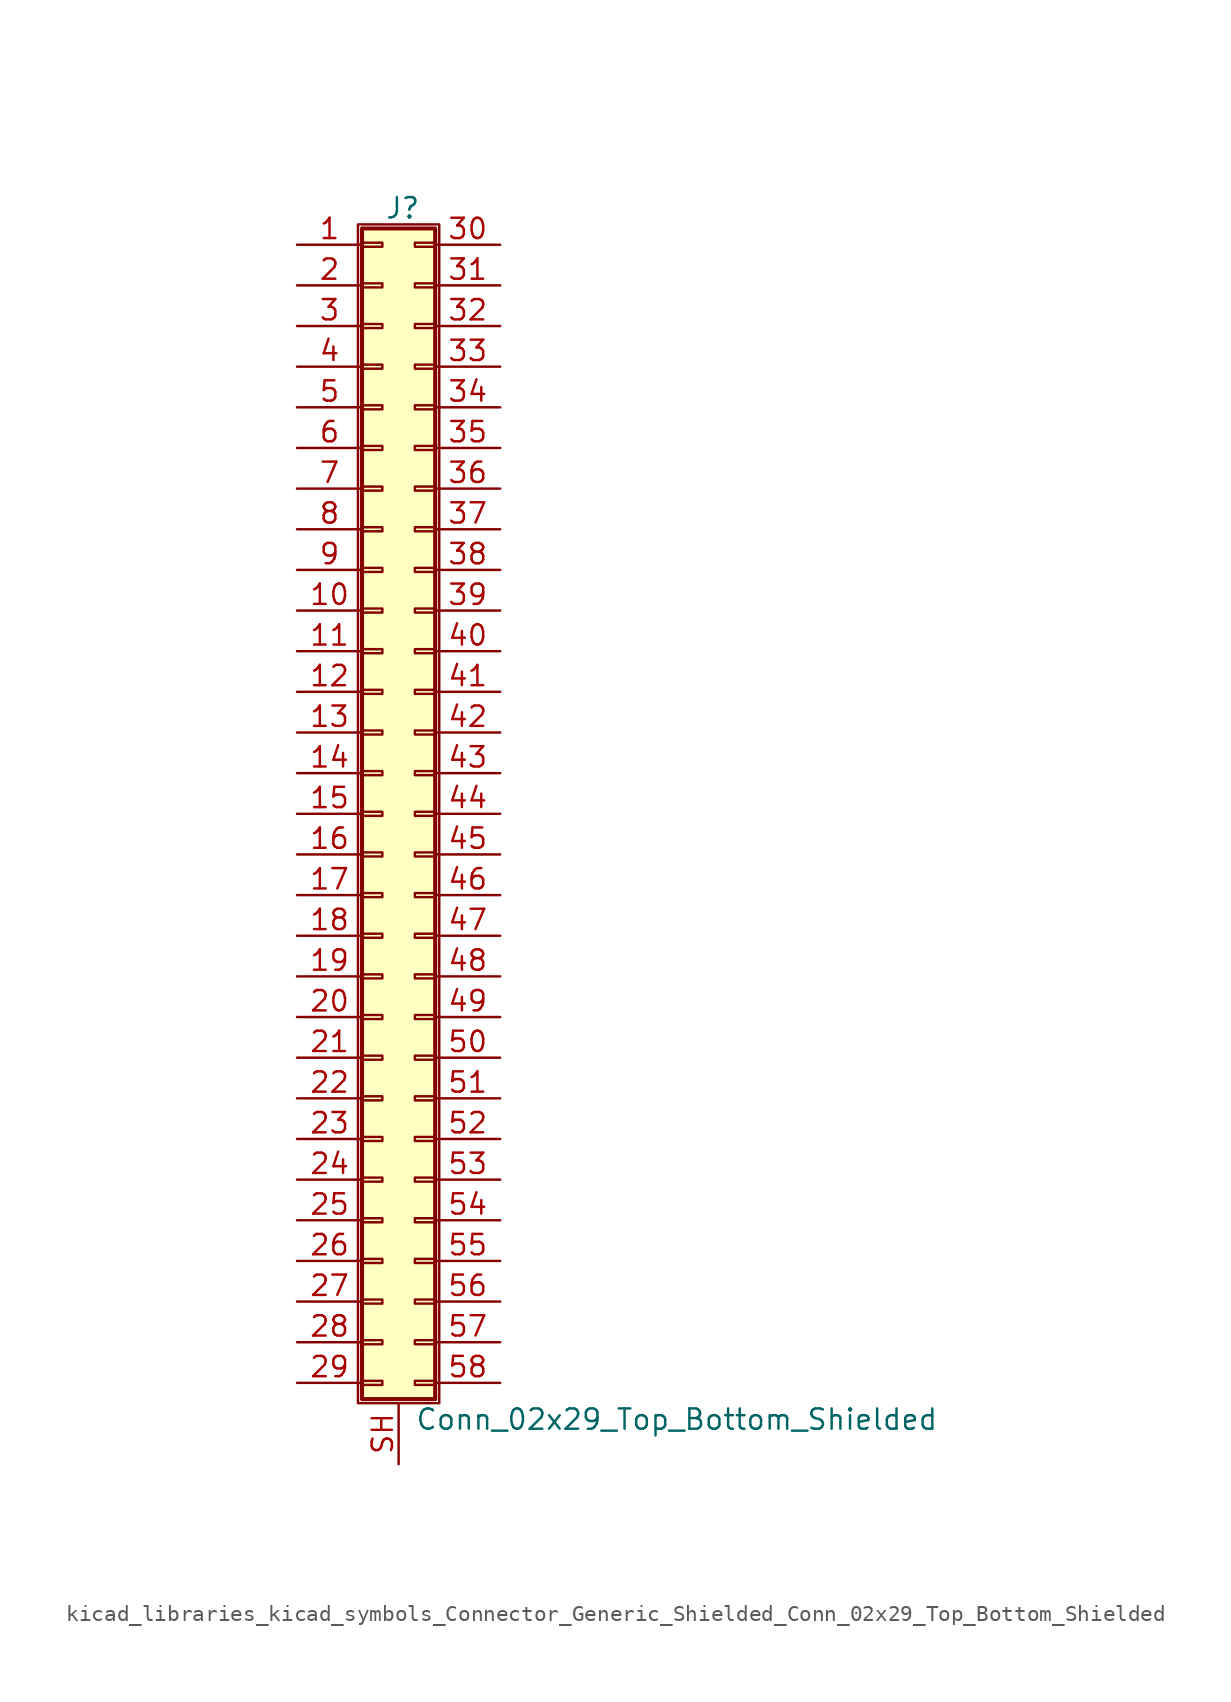
<source format=kicad_sym>
(kicad_symbol_lib
  (version 20220914)
  (generator kicad_symbol_editor)
  (symbol "kicad_libraries_kicad_symbols_Connector_Generic_Shielded_Conn_02x29_Top_Bottom_Shielded"
    (pin_names
      (offset 1.016) hide)
    (property "Reference" "J"
      (at 1.524 37.846 0)
      (effects (font (size 1.27 1.27))))
    (property "Value" "Conn_02x29_Top_Bottom_Shielded"
      (at 2.286 -37.846 0)
      (effects (font (size 1.27 1.27)) (justify left)))
    (symbol "kicad_libraries_kicad_symbols_Connector_Generic_Shielded_Conn_02x29_Top_Bottom_Shielded_1_1"
      (rectangle (start -1.27 36.83) (end 3.81 -36.83) (stroke (width 0.152) (type default)) (fill (type none)))
      (rectangle (start -1.016 -35.433) (end 0.254 -35.687) (stroke (width 0.152) (type default)) (fill (type none)))
      (rectangle (start -1.016 -32.893) (end 0.254 -33.147) (stroke (width 0.152) (type default)) (fill (type none)))
      (rectangle (start -1.016 -30.353) (end 0.254 -30.607) (stroke (width 0.152) (type default)) (fill (type none)))
      (rectangle (start -1.016 -27.813) (end 0.254 -28.067) (stroke (width 0.152) (type default)) (fill (type none)))
      (rectangle (start -1.016 -25.273) (end 0.254 -25.527) (stroke (width 0.152) (type default)) (fill (type none)))
      (rectangle (start -1.016 -22.733) (end 0.254 -22.987) (stroke (width 0.152) (type default)) (fill (type none)))
      (rectangle (start -1.016 -20.193) (end 0.254 -20.447) (stroke (width 0.152) (type default)) (fill (type none)))
      (rectangle (start -1.016 -17.653) (end 0.254 -17.907) (stroke (width 0.152) (type default)) (fill (type none)))
      (rectangle (start -1.016 -15.113) (end 0.254 -15.367) (stroke (width 0.152) (type default)) (fill (type none)))
      (rectangle (start -1.016 -12.573) (end 0.254 -12.827) (stroke (width 0.152) (type default)) (fill (type none)))
      (rectangle (start -1.016 -10.033) (end 0.254 -10.287) (stroke (width 0.152) (type default)) (fill (type none)))
      (rectangle (start -1.016 -7.493) (end 0.254 -7.747) (stroke (width 0.152) (type default)) (fill (type none)))
      (rectangle (start -1.016 -4.953) (end 0.254 -5.207) (stroke (width 0.152) (type default)) (fill (type none)))
      (rectangle (start -1.016 -2.413) (end 0.254 -2.667) (stroke (width 0.152) (type default)) (fill (type none)))
      (rectangle (start -1.016 0.127) (end 0.254 -0.127) (stroke (width 0.152) (type default)) (fill (type none)))
      (rectangle (start -1.016 2.667) (end 0.254 2.413) (stroke (width 0.152) (type default)) (fill (type none)))
      (rectangle (start -1.016 5.207) (end 0.254 4.953) (stroke (width 0.152) (type default)) (fill (type none)))
      (rectangle (start -1.016 7.747) (end 0.254 7.493) (stroke (width 0.152) (type default)) (fill (type none)))
      (rectangle (start -1.016 10.287) (end 0.254 10.033) (stroke (width 0.152) (type default)) (fill (type none)))
      (rectangle (start -1.016 12.827) (end 0.254 12.573) (stroke (width 0.152) (type default)) (fill (type none)))
      (rectangle (start -1.016 15.367) (end 0.254 15.113) (stroke (width 0.152) (type default)) (fill (type none)))
      (rectangle (start -1.016 17.907) (end 0.254 17.653) (stroke (width 0.152) (type default)) (fill (type none)))
      (rectangle (start -1.016 20.447) (end 0.254 20.193) (stroke (width 0.152) (type default)) (fill (type none)))
      (rectangle (start -1.016 22.987) (end 0.254 22.733) (stroke (width 0.152) (type default)) (fill (type none)))
      (rectangle (start -1.016 25.527) (end 0.254 25.273) (stroke (width 0.152) (type default)) (fill (type none)))
      (rectangle (start -1.016 28.067) (end 0.254 27.813) (stroke (width 0.152) (type default)) (fill (type none)))
      (rectangle (start -1.016 30.607) (end 0.254 30.353) (stroke (width 0.152) (type default)) (fill (type none)))
      (rectangle (start -1.016 33.147) (end 0.254 32.893) (stroke (width 0.152) (type default)) (fill (type none)))
      (rectangle (start -1.016 35.687) (end 0.254 35.433) (stroke (width 0.152) (type default)) (fill (type none)))
      (rectangle (start -1.016 36.576) (end 3.556 -36.576) (stroke (width 0.254) (type default)) (fill (type background)))
      (rectangle (start 3.556 -35.433) (end 2.286 -35.687) (stroke (width 0.152) (type default)) (fill (type none)))
      (rectangle (start 3.556 -32.893) (end 2.286 -33.147) (stroke (width 0.152) (type default)) (fill (type none)))
      (rectangle (start 3.556 -30.353) (end 2.286 -30.607) (stroke (width 0.152) (type default)) (fill (type none)))
      (rectangle (start 3.556 -27.813) (end 2.286 -28.067) (stroke (width 0.152) (type default)) (fill (type none)))
      (rectangle (start 3.556 -25.273) (end 2.286 -25.527) (stroke (width 0.152) (type default)) (fill (type none)))
      (rectangle (start 3.556 -22.733) (end 2.286 -22.987) (stroke (width 0.152) (type default)) (fill (type none)))
      (rectangle (start 3.556 -20.193) (end 2.286 -20.447) (stroke (width 0.152) (type default)) (fill (type none)))
      (rectangle (start 3.556 -17.653) (end 2.286 -17.907) (stroke (width 0.152) (type default)) (fill (type none)))
      (rectangle (start 3.556 -15.113) (end 2.286 -15.367) (stroke (width 0.152) (type default)) (fill (type none)))
      (rectangle (start 3.556 -12.573) (end 2.286 -12.827) (stroke (width 0.152) (type default)) (fill (type none)))
      (rectangle (start 3.556 -10.033) (end 2.286 -10.287) (stroke (width 0.152) (type default)) (fill (type none)))
      (rectangle (start 3.556 -7.493) (end 2.286 -7.747) (stroke (width 0.152) (type default)) (fill (type none)))
      (rectangle (start 3.556 -4.953) (end 2.286 -5.207) (stroke (width 0.152) (type default)) (fill (type none)))
      (rectangle (start 3.556 -2.413) (end 2.286 -2.667) (stroke (width 0.152) (type default)) (fill (type none)))
      (rectangle (start 3.556 0.127) (end 2.286 -0.127) (stroke (width 0.152) (type default)) (fill (type none)))
      (rectangle (start 3.556 2.667) (end 2.286 2.413) (stroke (width 0.152) (type default)) (fill (type none)))
      (rectangle (start 3.556 5.207) (end 2.286 4.953) (stroke (width 0.152) (type default)) (fill (type none)))
      (rectangle (start 3.556 7.747) (end 2.286 7.493) (stroke (width 0.152) (type default)) (fill (type none)))
      (rectangle (start 3.556 10.287) (end 2.286 10.033) (stroke (width 0.152) (type default)) (fill (type none)))
      (rectangle (start 3.556 12.827) (end 2.286 12.573) (stroke (width 0.152) (type default)) (fill (type none)))
      (rectangle (start 3.556 15.367) (end 2.286 15.113) (stroke (width 0.152) (type default)) (fill (type none)))
      (rectangle (start 3.556 17.907) (end 2.286 17.653) (stroke (width 0.152) (type default)) (fill (type none)))
      (rectangle (start 3.556 20.447) (end 2.286 20.193) (stroke (width 0.152) (type default)) (fill (type none)))
      (rectangle (start 3.556 22.987) (end 2.286 22.733) (stroke (width 0.152) (type default)) (fill (type none)))
      (rectangle (start 3.556 25.527) (end 2.286 25.273) (stroke (width 0.152) (type default)) (fill (type none)))
      (rectangle (start 3.556 28.067) (end 2.286 27.813) (stroke (width 0.152) (type default)) (fill (type none)))
      (rectangle (start 3.556 30.607) (end 2.286 30.353) (stroke (width 0.152) (type default)) (fill (type none)))
      (rectangle (start 3.556 33.147) (end 2.286 32.893) (stroke (width 0.152) (type default)) (fill (type none)))
      (rectangle (start 3.556 35.687) (end 2.286 35.433) (stroke (width 0.152) (type default)) (fill (type none)))
      (pin passive line (at -5.08 35.56 0) (length 4.064) (name "Pin_1" (effects (font (size 1.27 1.27)))) (number "1" (effects (font (size 1.27 1.27)))))
      (pin passive line (at -5.08 12.7 0) (length 4.064) (name "Pin_10" (effects (font (size 1.27 1.27)))) (number "10" (effects (font (size 1.27 1.27)))))
      (pin passive line (at -5.08 10.16 0) (length 4.064) (name "Pin_11" (effects (font (size 1.27 1.27)))) (number "11" (effects (font (size 1.27 1.27)))))
      (pin passive line (at -5.08 7.62 0) (length 4.064) (name "Pin_12" (effects (font (size 1.27 1.27)))) (number "12" (effects (font (size 1.27 1.27)))))
      (pin passive line (at -5.08 5.08 0) (length 4.064) (name "Pin_13" (effects (font (size 1.27 1.27)))) (number "13" (effects (font (size 1.27 1.27)))))
      (pin passive line (at -5.08 2.54 0) (length 4.064) (name "Pin_14" (effects (font (size 1.27 1.27)))) (number "14" (effects (font (size 1.27 1.27)))))
      (pin passive line (at -5.08 0 0) (length 4.064) (name "Pin_15" (effects (font (size 1.27 1.27)))) (number "15" (effects (font (size 1.27 1.27)))))
      (pin passive line (at -5.08 -2.54 0) (length 4.064) (name "Pin_16" (effects (font (size 1.27 1.27)))) (number "16" (effects (font (size 1.27 1.27)))))
      (pin passive line (at -5.08 -5.08 0) (length 4.064) (name "Pin_17" (effects (font (size 1.27 1.27)))) (number "17" (effects (font (size 1.27 1.27)))))
      (pin passive line (at -5.08 -7.62 0) (length 4.064) (name "Pin_18" (effects (font (size 1.27 1.27)))) (number "18" (effects (font (size 1.27 1.27)))))
      (pin passive line (at -5.08 -10.16 0) (length 4.064) (name "Pin_19" (effects (font (size 1.27 1.27)))) (number "19" (effects (font (size 1.27 1.27)))))
      (pin passive line (at -5.08 33.02 0) (length 4.064) (name "Pin_2" (effects (font (size 1.27 1.27)))) (number "2" (effects (font (size 1.27 1.27)))))
      (pin passive line (at -5.08 -12.7 0) (length 4.064) (name "Pin_20" (effects (font (size 1.27 1.27)))) (number "20" (effects (font (size 1.27 1.27)))))
      (pin passive line (at -5.08 -15.24 0) (length 4.064) (name "Pin_21" (effects (font (size 1.27 1.27)))) (number "21" (effects (font (size 1.27 1.27)))))
      (pin passive line (at -5.08 -17.78 0) (length 4.064) (name "Pin_22" (effects (font (size 1.27 1.27)))) (number "22" (effects (font (size 1.27 1.27)))))
      (pin passive line (at -5.08 -20.32 0) (length 4.064) (name "Pin_23" (effects (font (size 1.27 1.27)))) (number "23" (effects (font (size 1.27 1.27)))))
      (pin passive line (at -5.08 -22.86 0) (length 4.064) (name "Pin_24" (effects (font (size 1.27 1.27)))) (number "24" (effects (font (size 1.27 1.27)))))
      (pin passive line (at -5.08 -25.4 0) (length 4.064) (name "Pin_25" (effects (font (size 1.27 1.27)))) (number "25" (effects (font (size 1.27 1.27)))))
      (pin passive line (at -5.08 -27.94 0) (length 4.064) (name "Pin_26" (effects (font (size 1.27 1.27)))) (number "26" (effects (font (size 1.27 1.27)))))
      (pin passive line (at -5.08 -30.48 0) (length 4.064) (name "Pin_27" (effects (font (size 1.27 1.27)))) (number "27" (effects (font (size 1.27 1.27)))))
      (pin passive line (at -5.08 -33.02 0) (length 4.064) (name "Pin_28" (effects (font (size 1.27 1.27)))) (number "28" (effects (font (size 1.27 1.27)))))
      (pin passive line (at -5.08 -35.56 0) (length 4.064) (name "Pin_29" (effects (font (size 1.27 1.27)))) (number "29" (effects (font (size 1.27 1.27)))))
      (pin passive line (at -5.08 30.48 0) (length 4.064) (name "Pin_3" (effects (font (size 1.27 1.27)))) (number "3" (effects (font (size 1.27 1.27)))))
      (pin passive line (at 7.62 35.56 180) (length 4.064) (name "Pin_30" (effects (font (size 1.27 1.27)))) (number "30" (effects (font (size 1.27 1.27)))))
      (pin passive line (at 7.62 33.02 180) (length 4.064) (name "Pin_31" (effects (font (size 1.27 1.27)))) (number "31" (effects (font (size 1.27 1.27)))))
      (pin passive line (at 7.62 30.48 180) (length 4.064) (name "Pin_32" (effects (font (size 1.27 1.27)))) (number "32" (effects (font (size 1.27 1.27)))))
      (pin passive line (at 7.62 27.94 180) (length 4.064) (name "Pin_33" (effects (font (size 1.27 1.27)))) (number "33" (effects (font (size 1.27 1.27)))))
      (pin passive line (at 7.62 25.4 180) (length 4.064) (name "Pin_34" (effects (font (size 1.27 1.27)))) (number "34" (effects (font (size 1.27 1.27)))))
      (pin passive line (at 7.62 22.86 180) (length 4.064) (name "Pin_35" (effects (font (size 1.27 1.27)))) (number "35" (effects (font (size 1.27 1.27)))))
      (pin passive line (at 7.62 20.32 180) (length 4.064) (name "Pin_36" (effects (font (size 1.27 1.27)))) (number "36" (effects (font (size 1.27 1.27)))))
      (pin passive line (at 7.62 17.78 180) (length 4.064) (name "Pin_37" (effects (font (size 1.27 1.27)))) (number "37" (effects (font (size 1.27 1.27)))))
      (pin passive line (at 7.62 15.24 180) (length 4.064) (name "Pin_38" (effects (font (size 1.27 1.27)))) (number "38" (effects (font (size 1.27 1.27)))))
      (pin passive line (at 7.62 12.7 180) (length 4.064) (name "Pin_39" (effects (font (size 1.27 1.27)))) (number "39" (effects (font (size 1.27 1.27)))))
      (pin passive line (at -5.08 27.94 0) (length 4.064) (name "Pin_4" (effects (font (size 1.27 1.27)))) (number "4" (effects (font (size 1.27 1.27)))))
      (pin passive line (at 7.62 10.16 180) (length 4.064) (name "Pin_40" (effects (font (size 1.27 1.27)))) (number "40" (effects (font (size 1.27 1.27)))))
      (pin passive line (at 7.62 7.62 180) (length 4.064) (name "Pin_41" (effects (font (size 1.27 1.27)))) (number "41" (effects (font (size 1.27 1.27)))))
      (pin passive line (at 7.62 5.08 180) (length 4.064) (name "Pin_42" (effects (font (size 1.27 1.27)))) (number "42" (effects (font (size 1.27 1.27)))))
      (pin passive line (at 7.62 2.54 180) (length 4.064) (name "Pin_43" (effects (font (size 1.27 1.27)))) (number "43" (effects (font (size 1.27 1.27)))))
      (pin passive line (at 7.62 0 180) (length 4.064) (name "Pin_44" (effects (font (size 1.27 1.27)))) (number "44" (effects (font (size 1.27 1.27)))))
      (pin passive line (at 7.62 -2.54 180) (length 4.064) (name "Pin_45" (effects (font (size 1.27 1.27)))) (number "45" (effects (font (size 1.27 1.27)))))
      (pin passive line (at 7.62 -5.08 180) (length 4.064) (name "Pin_46" (effects (font (size 1.27 1.27)))) (number "46" (effects (font (size 1.27 1.27)))))
      (pin passive line (at 7.62 -7.62 180) (length 4.064) (name "Pin_47" (effects (font (size 1.27 1.27)))) (number "47" (effects (font (size 1.27 1.27)))))
      (pin passive line (at 7.62 -10.16 180) (length 4.064) (name "Pin_48" (effects (font (size 1.27 1.27)))) (number "48" (effects (font (size 1.27 1.27)))))
      (pin passive line (at 7.62 -12.7 180) (length 4.064) (name "Pin_49" (effects (font (size 1.27 1.27)))) (number "49" (effects (font (size 1.27 1.27)))))
      (pin passive line (at -5.08 25.4 0) (length 4.064) (name "Pin_5" (effects (font (size 1.27 1.27)))) (number "5" (effects (font (size 1.27 1.27)))))
      (pin passive line (at 7.62 -15.24 180) (length 4.064) (name "Pin_50" (effects (font (size 1.27 1.27)))) (number "50" (effects (font (size 1.27 1.27)))))
      (pin passive line (at 7.62 -17.78 180) (length 4.064) (name "Pin_51" (effects (font (size 1.27 1.27)))) (number "51" (effects (font (size 1.27 1.27)))))
      (pin passive line (at 7.62 -20.32 180) (length 4.064) (name "Pin_52" (effects (font (size 1.27 1.27)))) (number "52" (effects (font (size 1.27 1.27)))))
      (pin passive line (at 7.62 -22.86 180) (length 4.064) (name "Pin_53" (effects (font (size 1.27 1.27)))) (number "53" (effects (font (size 1.27 1.27)))))
      (pin passive line (at 7.62 -25.4 180) (length 4.064) (name "Pin_54" (effects (font (size 1.27 1.27)))) (number "54" (effects (font (size 1.27 1.27)))))
      (pin passive line (at 7.62 -27.94 180) (length 4.064) (name "Pin_55" (effects (font (size 1.27 1.27)))) (number "55" (effects (font (size 1.27 1.27)))))
      (pin passive line (at 7.62 -30.48 180) (length 4.064) (name "Pin_56" (effects (font (size 1.27 1.27)))) (number "56" (effects (font (size 1.27 1.27)))))
      (pin passive line (at 7.62 -33.02 180) (length 4.064) (name "Pin_57" (effects (font (size 1.27 1.27)))) (number "57" (effects (font (size 1.27 1.27)))))
      (pin passive line (at 7.62 -35.56 180) (length 4.064) (name "Pin_58" (effects (font (size 1.27 1.27)))) (number "58" (effects (font (size 1.27 1.27)))))
      (pin passive line (at -5.08 22.86 0) (length 4.064) (name "Pin_6" (effects (font (size 1.27 1.27)))) (number "6" (effects (font (size 1.27 1.27)))))
      (pin passive line (at -5.08 20.32 0) (length 4.064) (name "Pin_7" (effects (font (size 1.27 1.27)))) (number "7" (effects (font (size 1.27 1.27)))))
      (pin passive line (at -5.08 17.78 0) (length 4.064) (name "Pin_8" (effects (font (size 1.27 1.27)))) (number "8" (effects (font (size 1.27 1.27)))))
      (pin passive line (at -5.08 15.24 0) (length 4.064) (name "Pin_9" (effects (font (size 1.27 1.27)))) (number "9" (effects (font (size 1.27 1.27)))))
      (pin passive line (at 1.27 -40.64 90) (length 3.81) (name "Shield" (effects (font (size 1.27 1.27)))) (number "SH" (effects (font (size 1.27 1.27))))))))
</source>
